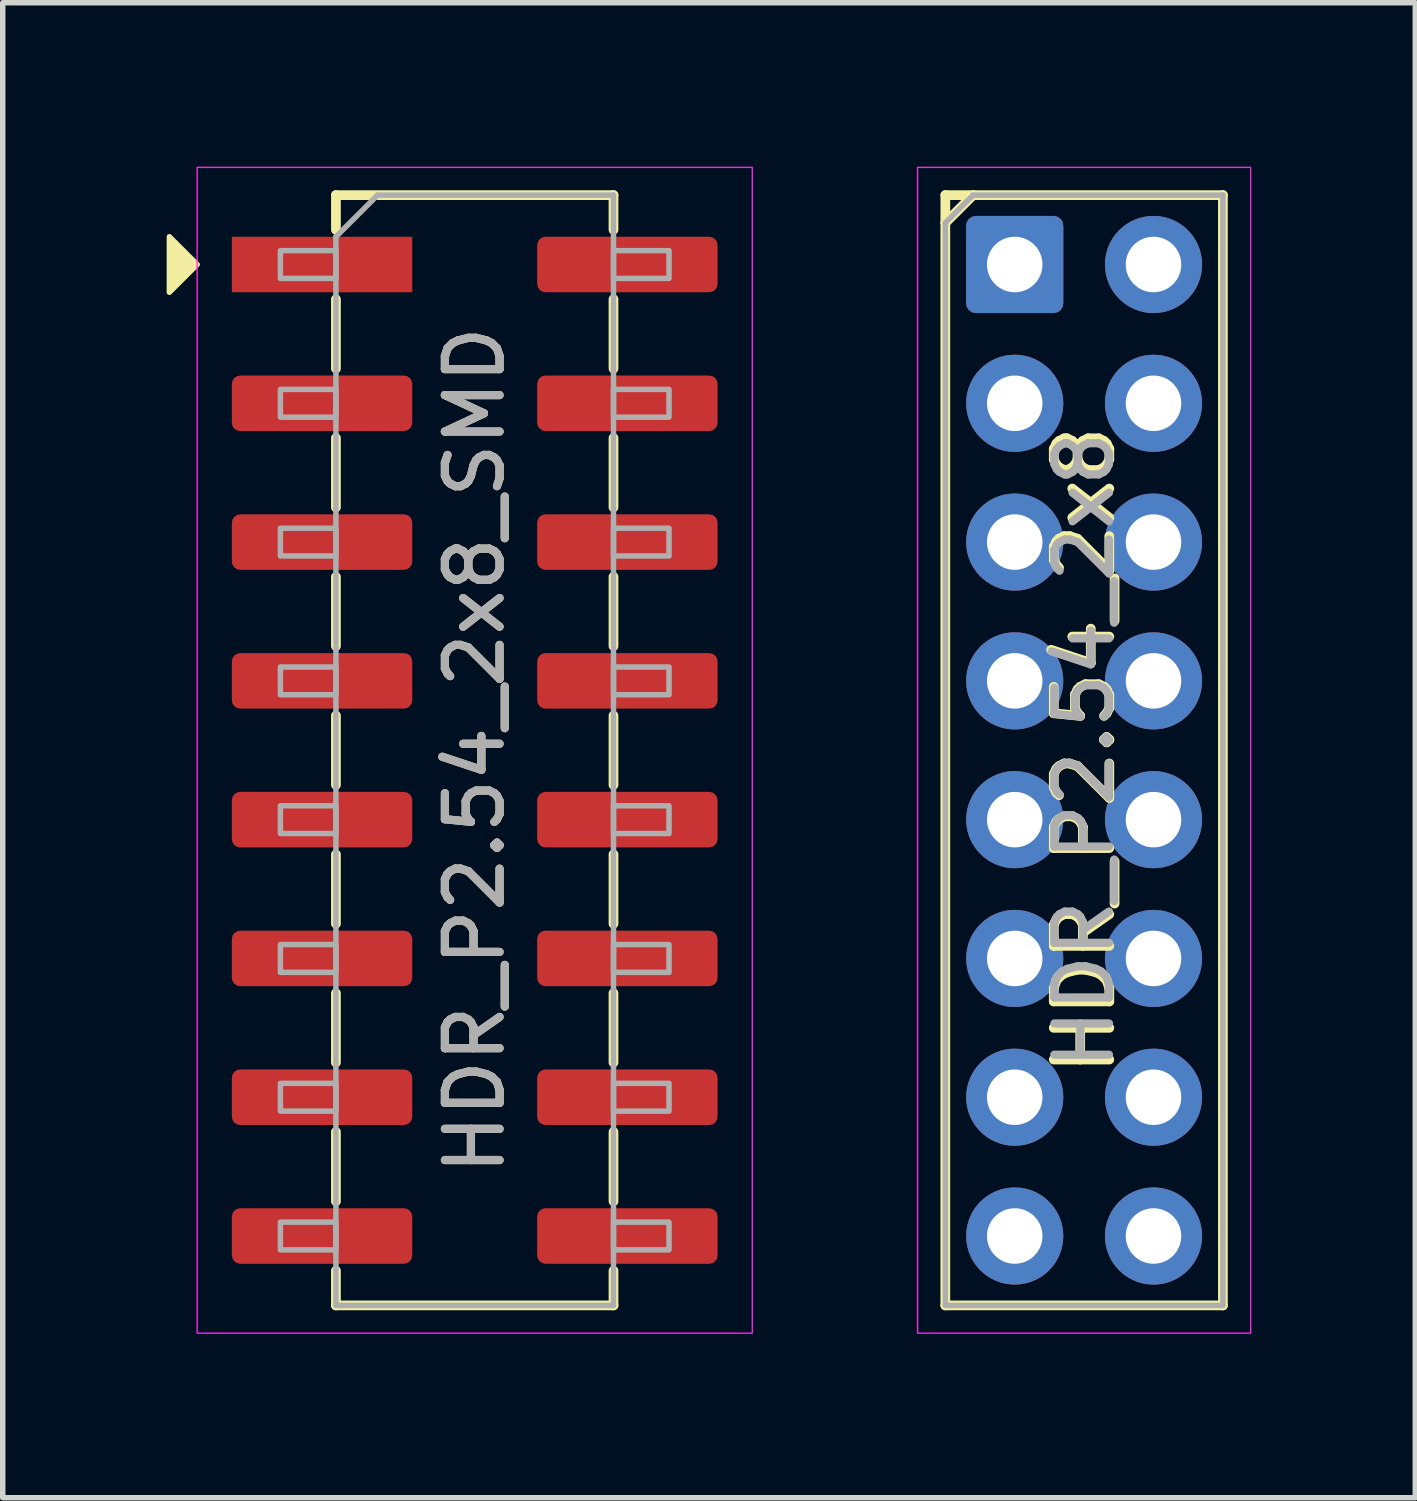
<source format=kicad_pcb>
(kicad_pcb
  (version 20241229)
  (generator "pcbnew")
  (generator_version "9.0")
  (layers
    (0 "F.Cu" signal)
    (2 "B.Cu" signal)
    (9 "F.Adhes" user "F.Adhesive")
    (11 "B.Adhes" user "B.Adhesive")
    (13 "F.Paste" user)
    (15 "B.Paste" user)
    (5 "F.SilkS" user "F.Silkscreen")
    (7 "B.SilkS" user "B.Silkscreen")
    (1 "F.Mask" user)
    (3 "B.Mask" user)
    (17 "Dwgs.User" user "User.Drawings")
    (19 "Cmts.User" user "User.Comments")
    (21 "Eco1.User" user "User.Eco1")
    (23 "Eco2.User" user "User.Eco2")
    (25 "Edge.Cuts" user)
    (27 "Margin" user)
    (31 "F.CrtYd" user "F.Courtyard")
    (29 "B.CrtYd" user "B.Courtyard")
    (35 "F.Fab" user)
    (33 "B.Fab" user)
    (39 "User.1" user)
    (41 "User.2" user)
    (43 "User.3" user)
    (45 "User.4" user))
  (footprint "HDR_P2.54_2x8_SMD"
    (layer "F.Cu")
    (at 5.638 10.681)
    (property "Reference" "HDR_P2.54_2x8_SMD" (at 0 0 90) (layer "F.SilkS") (effects (font (size 1 1) (thickness 0.15))))
    (attr smd)
    (fp_line (start -2.54 -10.16) (end -2.54 -9.525) (stroke (width 0.178) (type solid)) (layer "F.SilkS"))
    (fp_line (start -2.54 -6.985) (end -2.54 -8.255) (stroke (width 0.178) (type solid)) (layer "F.SilkS"))
    (fp_line (start -2.54 -4.445) (end -2.54 -5.715) (stroke (width 0.178) (type solid)) (layer "F.SilkS"))
    (fp_line (start -2.54 -1.905) (end -2.54 -3.175) (stroke (width 0.178) (type solid)) (layer "F.SilkS"))
    (fp_line (start -2.54 0.635) (end -2.54 -0.635) (stroke (width 0.178) (type solid)) (layer "F.SilkS"))
    (fp_line (start -2.54 3.175) (end -2.54 1.905) (stroke (width 0.178) (type solid)) (layer "F.SilkS"))
    (fp_line (start -2.54 5.715) (end -2.54 4.445) (stroke (width 0.178) (type solid)) (layer "F.SilkS"))
    (fp_line (start -2.54 8.255) (end -2.54 6.985) (stroke (width 0.178) (type solid)) (layer "F.SilkS"))
    (fp_line (start -2.54 10.16) (end -2.54 9.525) (stroke (width 0.178) (type solid)) (layer "F.SilkS"))
    (fp_line (start 2.54 -10.16) (end -2.54 -10.16) (stroke (width 0.178) (type solid)) (layer "F.SilkS"))
    (fp_line (start 2.54 -9.525) (end 2.54 -10.16) (stroke (width 0.178) (type solid)) (layer "F.SilkS"))
    (fp_line (start 2.54 -6.985) (end 2.54 -8.255) (stroke (width 0.178) (type solid)) (layer "F.SilkS"))
    (fp_line (start 2.54 -4.445) (end 2.54 -5.715) (stroke (width 0.178) (type solid)) (layer "F.SilkS"))
    (fp_line (start 2.54 -1.905) (end 2.54 -3.175) (stroke (width 0.178) (type solid)) (layer "F.SilkS"))
    (fp_line (start 2.54 0.635) (end 2.54 -0.635) (stroke (width 0.178) (type solid)) (layer "F.SilkS"))
    (fp_line (start 2.54 3.175) (end 2.54 1.905) (stroke (width 0.178) (type solid)) (layer "F.SilkS"))
    (fp_line (start 2.54 5.715) (end 2.54 4.445) (stroke (width 0.178) (type solid)) (layer "F.SilkS"))
    (fp_line (start 2.54 8.255) (end 2.54 6.985) (stroke (width 0.178) (type solid)) (layer "F.SilkS"))
    (fp_line (start 2.54 9.525) (end 2.54 10.16) (stroke (width 0.178) (type solid)) (layer "F.SilkS"))
    (fp_line (start 2.54 10.16) (end -2.54 10.16) (stroke (width 0.178) (type solid)) (layer "F.SilkS"))
    (fp_poly (pts (xy -5.08 -8.89) (xy -5.588 -8.382) (xy -5.588 -9.398)) (stroke (width 0.1) (type solid)) (fill yes) (layer "F.SilkS"))
    (fp_rect (start -5.08 -10.668) (end 5.08 10.668) (stroke (width 0.025) (type solid)) (fill no) (layer "F.CrtYd"))
    (fp_line (start -2.54 -9.398) (end -1.778 -10.16) (stroke (width 0.1) (type solid)) (layer "F.Fab"))
    (fp_line (start -2.54 10.16) (end -2.54 -9.398) (stroke (width 0.1) (type solid)) (layer "F.Fab"))
    (fp_line (start -1.778 -10.16) (end 2.54 -10.16) (stroke (width 0.1) (type solid)) (layer "F.Fab"))
    (fp_line (start 2.54 -10.16) (end 2.54 10.16) (stroke (width 0.1) (type solid)) (layer "F.Fab"))
    (fp_line (start 2.54 10.16) (end -2.54 10.16) (stroke (width 0.1) (type solid)) (layer "F.Fab"))
    (fp_rect (start -3.556 -9.144) (end -2.54 -8.636) (stroke (width 0.1) (type solid)) (fill no) (layer "F.Fab"))
    (fp_rect (start -3.556 -6.604) (end -2.54 -6.096) (stroke (width 0.1) (type solid)) (fill no) (layer "F.Fab"))
    (fp_rect (start -3.556 -4.064) (end -2.54 -3.556) (stroke (width 0.1) (type solid)) (fill no) (layer "F.Fab"))
    (fp_rect (start -3.556 -1.524) (end -2.54 -1.016) (stroke (width 0.1) (type solid)) (fill no) (layer "F.Fab"))
    (fp_rect (start -3.556 1.016) (end -2.54 1.524) (stroke (width 0.1) (type solid)) (fill no) (layer "F.Fab"))
    (fp_rect (start -3.556 3.556) (end -2.54 4.064) (stroke (width 0.1) (type solid)) (fill no) (layer "F.Fab"))
    (fp_rect (start -3.556 6.096) (end -2.54 6.604) (stroke (width 0.1) (type solid)) (fill no) (layer "F.Fab"))
    (fp_rect (start -3.556 8.636) (end -2.54 9.144) (stroke (width 0.1) (type solid)) (fill no) (layer "F.Fab"))
    (fp_rect (start 2.54 -9.144) (end 3.556 -8.636) (stroke (width 0.1) (type solid)) (fill no) (layer "F.Fab"))
    (fp_rect (start 2.54 -6.604) (end 3.556 -6.096) (stroke (width 0.1) (type solid)) (fill no) (layer "F.Fab"))
    (fp_rect (start 2.54 -4.064) (end 3.556 -3.556) (stroke (width 0.1) (type solid)) (fill no) (layer "F.Fab"))
    (fp_rect (start 2.54 -1.524) (end 3.556 -1.016) (stroke (width 0.1) (type solid)) (fill no) (layer "F.Fab"))
    (fp_rect (start 2.54 1.016) (end 3.556 1.524) (stroke (width 0.1) (type solid)) (fill no) (layer "F.Fab"))
    (fp_rect (start 2.54 3.556) (end 3.556 4.064) (stroke (width 0.1) (type solid)) (fill no) (layer "F.Fab"))
    (fp_rect (start 2.54 6.096) (end 3.556 6.604) (stroke (width 0.1) (type solid)) (fill no) (layer "F.Fab"))
    (fp_rect (start 2.54 8.636) (end 3.556 9.144) (stroke (width 0.1) (type solid)) (fill no) (layer "F.Fab"))
    (fp_text user "${REFERENCE}" (at 0 0 90) (layer "F.Fab") (effects (font (size 1 1) (thickness 0.15))))
    (pad "1" smd rect (at -2.794 -8.89) (size 3.302 1.016) (layers "F.Cu" "F.Mask" "F.Paste"))
    (pad "2" smd roundrect (at 2.794 -8.89) (size 3.302 1.016) (layers "F.Cu" "F.Mask" "F.Paste") (roundrect_rratio 0.15))
    (pad "3" smd roundrect (at -2.794 -6.35) (size 3.302 1.016) (layers "F.Cu" "F.Mask" "F.Paste") (roundrect_rratio 0.15))
    (pad "4" smd roundrect (at 2.794 -6.35) (size 3.302 1.016) (layers "F.Cu" "F.Mask" "F.Paste") (roundrect_rratio 0.15))
    (pad "5" smd roundrect (at -2.794 -3.81) (size 3.302 1.016) (layers "F.Cu" "F.Mask" "F.Paste") (roundrect_rratio 0.15))
    (pad "6" smd roundrect (at 2.794 -3.81) (size 3.302 1.016) (layers "F.Cu" "F.Mask" "F.Paste") (roundrect_rratio 0.15))
    (pad "7" smd roundrect (at -2.794 -1.27) (size 3.302 1.016) (layers "F.Cu" "F.Mask" "F.Paste") (roundrect_rratio 0.15))
    (pad "8" smd roundrect (at 2.794 -1.27) (size 3.302 1.016) (layers "F.Cu" "F.Mask" "F.Paste") (roundrect_rratio 0.15))
    (pad "9" smd roundrect (at -2.794 1.27) (size 3.302 1.016) (layers "F.Cu" "F.Mask" "F.Paste") (roundrect_rratio 0.15))
    (pad "10" smd roundrect (at 2.794 1.27) (size 3.302 1.016) (layers "F.Cu" "F.Mask" "F.Paste") (roundrect_rratio 0.15))
    (pad "11" smd roundrect (at -2.794 3.81) (size 3.302 1.016) (layers "F.Cu" "F.Mask" "F.Paste") (roundrect_rratio 0.15))
    (pad "12" smd roundrect (at 2.794 3.81) (size 3.302 1.016) (layers "F.Cu" "F.Mask" "F.Paste") (roundrect_rratio 0.15))
    (pad "13" smd roundrect (at -2.794 6.35) (size 3.302 1.016) (layers "F.Cu" "F.Mask" "F.Paste") (roundrect_rratio 0.15))
    (pad "14" smd roundrect (at 2.794 6.35) (size 3.302 1.016) (layers "F.Cu" "F.Mask" "F.Paste") (roundrect_rratio 0.15))
    (pad "15" smd roundrect (at -2.794 8.89) (size 3.302 1.016) (layers "F.Cu" "F.Mask" "F.Paste") (roundrect_rratio 0.15))
    (pad "16" smd roundrect (at 2.794 8.89) (size 3.302 1.016) (layers "F.Cu" "F.Mask" "F.Paste") (roundrect_rratio 0.15)))
  (footprint "HDR_P2.54_2x8"
    (layer "F.Cu")
    (at 16.791 10.681)
    (property "Reference" "HDR_P2.54_2x8" (at 0 0 90) (layer "F.SilkS") (effects (font (size 1.016 1.016) (thickness 0.178))))
    (attr through_hole)
    (fp_line (start -2.54 -10.16) (end -2.54 10.16) (stroke (width 0.178) (type solid)) (layer "F.SilkS"))
    (fp_line (start -2.54 -10.16) (end 2.54 -10.16) (stroke (width 0.178) (type solid)) (layer "F.SilkS"))
    (fp_line (start -2.54 -9.652) (end -2.032 -10.16) (stroke (width 0.178) (type solid)) (layer "F.SilkS"))
    (fp_line (start -2.54 10.16) (end 2.54 10.16) (stroke (width 0.178) (type solid)) (layer "F.SilkS"))
    (fp_line (start 2.54 -10.16) (end 2.54 10.16) (stroke (width 0.178) (type solid)) (layer "F.SilkS"))
    (fp_rect (start -3.048 -10.668) (end 3.048 10.668) (stroke (width 0.025) (type solid)) (fill no) (layer "F.CrtYd"))
    (fp_line (start -2.54 -9.652) (end -2.032 -10.16) (stroke (width 0.1) (type solid)) (layer "F.Fab"))
    (fp_line (start -2.54 10.16) (end -2.54 -9.652) (stroke (width 0.1) (type solid)) (layer "F.Fab"))
    (fp_line (start -2.032 -10.16) (end 2.54 -10.16) (stroke (width 0.1) (type solid)) (layer "F.Fab"))
    (fp_line (start 2.54 -10.16) (end 2.54 10.16) (stroke (width 0.1) (type solid)) (layer "F.Fab"))
    (fp_line (start 2.54 10.16) (end -2.54 10.16) (stroke (width 0.1) (type solid)) (layer "F.Fab"))
    (fp_text user "${REFERENCE}" (at 0 0 90) (layer "F.Fab") (effects (font (size 1 1) (thickness 0.15))))
    (pad "1" thru_hole roundrect (at -1.27 -8.89) (size 1.778 1.778) (drill 1.016) (layers "*.Cu" "*.Mask") (roundrect_rratio 0.1))
    (pad "2" thru_hole oval (at 1.27 -8.89) (size 1.778 1.778) (drill 1.016) (layers "*.Cu" "*.Mask"))
    (pad "3" thru_hole oval (at -1.27 -6.35) (size 1.778 1.778) (drill 1.016) (layers "*.Cu" "*.Mask"))
    (pad "4" thru_hole oval (at 1.27 -6.35) (size 1.778 1.778) (drill 1.016) (layers "*.Cu" "*.Mask"))
    (pad "5" thru_hole oval (at -1.27 -3.81) (size 1.778 1.778) (drill 1.016) (layers "*.Cu" "*.Mask"))
    (pad "6" thru_hole oval (at 1.27 -3.81) (size 1.778 1.778) (drill 1.016) (layers "*.Cu" "*.Mask"))
    (pad "7" thru_hole oval (at -1.27 -1.27) (size 1.778 1.778) (drill 1.016) (layers "*.Cu" "*.Mask"))
    (pad "8" thru_hole oval (at 1.27 -1.27) (size 1.778 1.778) (drill 1.016) (layers "*.Cu" "*.Mask"))
    (pad "9" thru_hole oval (at -1.27 1.27) (size 1.778 1.778) (drill 1.016) (layers "*.Cu" "*.Mask"))
    (pad "10" thru_hole oval (at 1.27 1.27) (size 1.778 1.778) (drill 1.016) (layers "*.Cu" "*.Mask"))
    (pad "11" thru_hole oval (at -1.27 3.81) (size 1.778 1.778) (drill 1.016) (layers "*.Cu" "*.Mask"))
    (pad "12" thru_hole oval (at 1.27 3.81) (size 1.778 1.778) (drill 1.016) (layers "*.Cu" "*.Mask"))
    (pad "13" thru_hole oval (at -1.27 6.35) (size 1.778 1.778) (drill 1.016) (layers "*.Cu" "*.Mask"))
    (pad "14" thru_hole oval (at 1.27 6.35) (size 1.778 1.778) (drill 1.016) (layers "*.Cu" "*.Mask"))
    (pad "15" thru_hole oval (at -1.27 8.89) (size 1.778 1.778) (drill 1.016) (layers "*.Cu" "*.Mask"))
    (pad "16" thru_hole oval (at 1.27 8.89) (size 1.778 1.778) (drill 1.016) (layers "*.Cu" "*.Mask")))
  (gr_rect
    (start -3 -3)
    (end 22.852 24.361)
    (stroke (width 0.1) (type default))
    (fill no)
    (layer "Edge.Cuts")))
</source>
